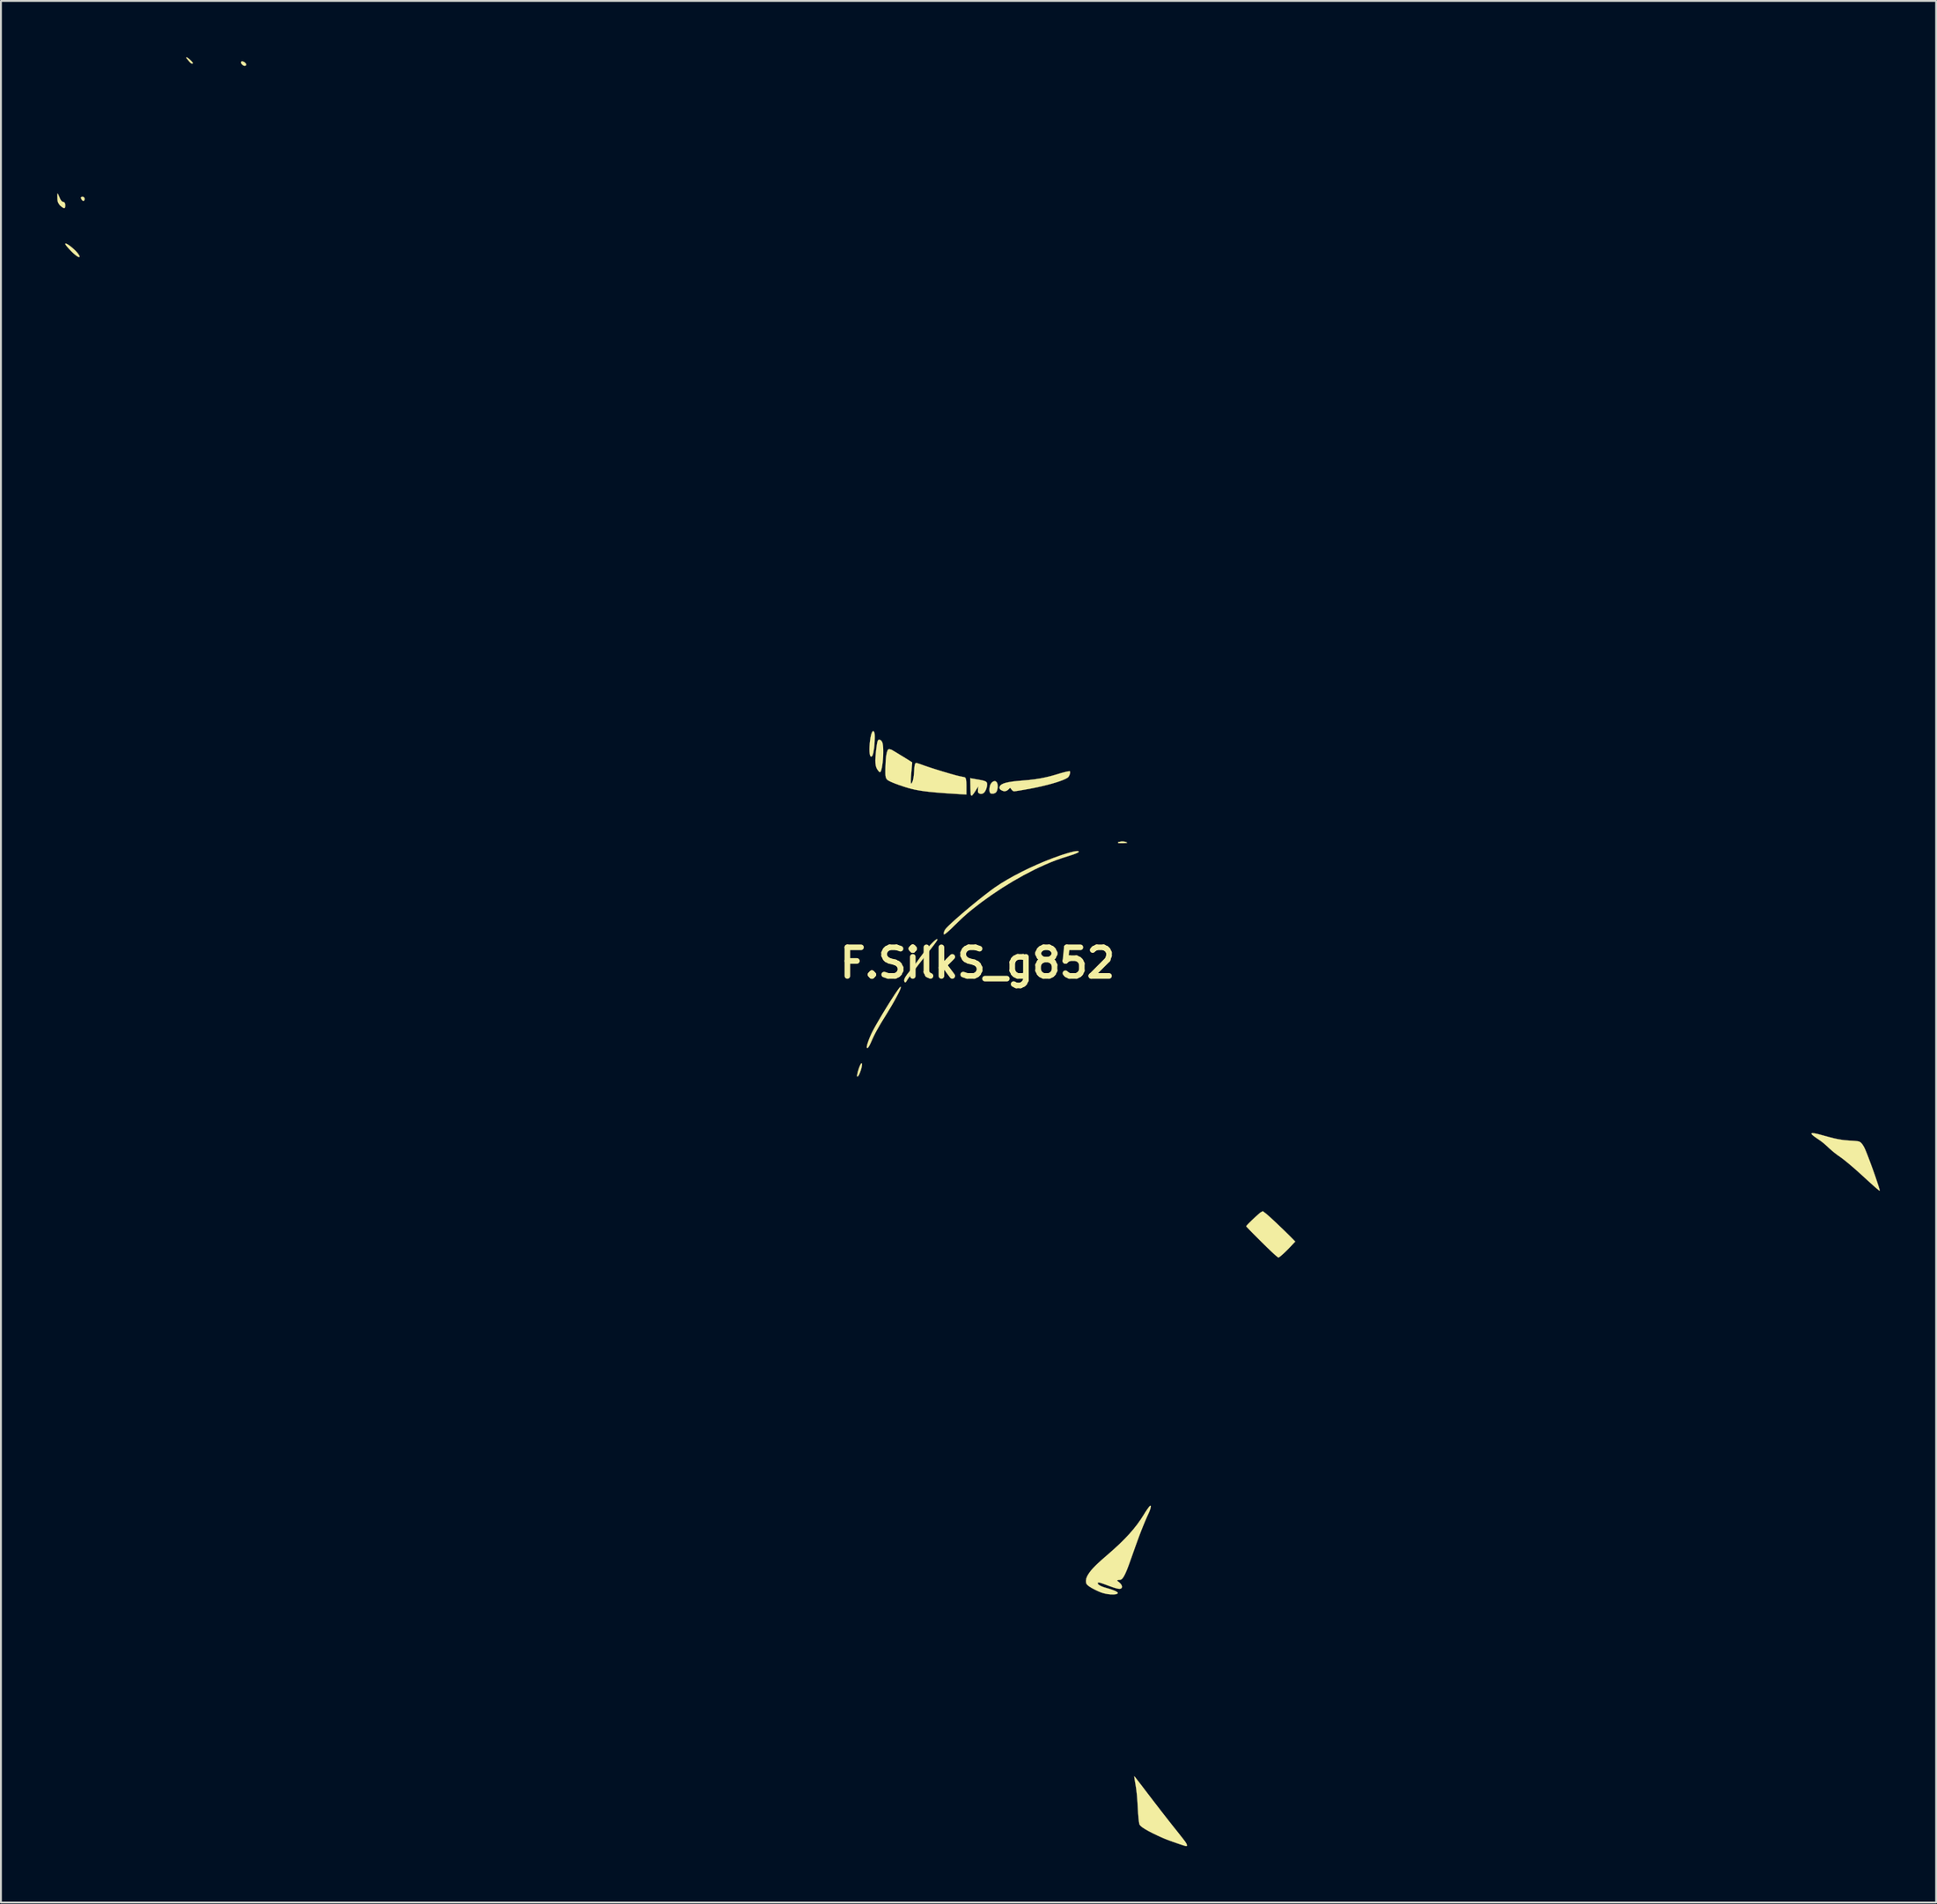
<source format=kicad_pcb>
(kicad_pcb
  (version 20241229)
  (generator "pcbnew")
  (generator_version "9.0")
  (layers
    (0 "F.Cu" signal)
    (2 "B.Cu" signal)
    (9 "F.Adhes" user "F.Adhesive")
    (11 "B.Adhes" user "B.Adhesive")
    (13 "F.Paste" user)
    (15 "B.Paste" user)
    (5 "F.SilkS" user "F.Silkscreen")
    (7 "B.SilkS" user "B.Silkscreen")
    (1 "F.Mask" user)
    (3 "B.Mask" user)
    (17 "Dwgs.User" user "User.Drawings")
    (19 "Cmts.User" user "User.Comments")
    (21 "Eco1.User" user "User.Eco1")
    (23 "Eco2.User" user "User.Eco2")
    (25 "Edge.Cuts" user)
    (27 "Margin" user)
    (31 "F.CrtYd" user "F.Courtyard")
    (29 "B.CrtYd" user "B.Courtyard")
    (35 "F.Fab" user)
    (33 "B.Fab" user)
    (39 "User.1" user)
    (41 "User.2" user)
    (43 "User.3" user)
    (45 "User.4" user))
  (footprint "F.SilkS_g852"
    (layer "F.Cu")
    (at 49.005 48.235)
    (property "Reference" "F.SilkS_g852" (at 0 0 0) (layer "F.SilkS") (effects (font (size 1.524 1.524) (thickness 0.3))))
    (attr through_hole)
    (fp_poly (pts (xy -47.608 -40.794) (xy -47.564 -40.753) (xy -47.548 -40.691) (xy -47.556 -40.646) (xy -47.585 -40.595) (xy -47.623 -40.585) (xy -47.671 -40.616) (xy -47.699 -40.648) (xy -47.74 -40.718) (xy -47.745 -40.767) (xy -47.712 -40.797) (xy -47.674 -40.805) (xy -47.608 -40.794)) (stroke (width 0.01) (type solid)) (fill yes) (layer "F.SilkS"))
    (fp_poly (pts (xy -39.111 -48.011) (xy -39.043 -47.975) (xy -38.994 -47.936) (xy -38.953 -47.881) (xy -38.948 -47.83) (xy -38.972 -47.792) (xy -39.021 -47.778) (xy -39.074 -47.788) (xy -39.126 -47.819) (xy -39.176 -47.868) (xy -39.212 -47.921) (xy -39.222 -47.956) (xy -39.207 -48.001) (xy -39.168 -48.02) (xy -39.111 -48.011)) (stroke (width 0.01) (type solid)) (fill yes) (layer "F.SilkS"))
    (fp_poly (pts (xy -42.097 -48.221) (xy -42.041 -48.189) (xy -42.038 -48.186) (xy -41.979 -48.141) (xy -41.917 -48.084) (xy -41.858 -48.024) (xy -41.812 -47.971) (xy -41.786 -47.932) (xy -41.783 -47.922) (xy -41.801 -47.905) (xy -41.834 -47.9) (xy -41.876 -47.913) (xy -41.927 -47.956) (xy -41.987 -48.022) (xy -42.041 -48.087) (xy -42.088 -48.143) (xy -42.118 -48.179) (xy -42.119 -48.181) (xy -42.141 -48.217) (xy -42.132 -48.23) (xy -42.097 -48.221)) (stroke (width 0.01) (type solid)) (fill yes) (layer "F.SilkS"))
    (fp_poly (pts (xy 7.764 -6.47) (xy 7.836 -6.46) (xy 7.899 -6.446) (xy 7.943 -6.428) (xy 7.959 -6.41) (xy 7.955 -6.403) (xy 7.929 -6.396) (xy 7.871 -6.39) (xy 7.794 -6.384) (xy 7.709 -6.381) (xy 7.628 -6.38) (xy 7.562 -6.382) (xy 7.53 -6.385) (xy 7.483 -6.401) (xy 7.476 -6.422) (xy 7.509 -6.441) (xy 7.525 -6.445) (xy 7.589 -6.458) (xy 7.634 -6.468) (xy 7.693 -6.473) (xy 7.764 -6.47)) (stroke (width 0.01) (type solid)) (fill yes) (layer "F.SilkS"))
    (fp_poly (pts (xy -6.156 5.367) (xy -6.154 5.425) (xy -6.164 5.506) (xy -6.185 5.602) (xy -6.214 5.704) (xy -6.249 5.806) (xy -6.287 5.9) (xy -6.326 5.977) (xy -6.363 6.03) (xy -6.39 6.05) (xy -6.407 6.048) (xy -6.412 6.022) (xy -6.407 5.963) (xy -6.406 5.956) (xy -6.388 5.857) (xy -6.361 5.75) (xy -6.328 5.642) (xy -6.292 5.54) (xy -6.255 5.452) (xy -6.221 5.385) (xy -6.192 5.346) (xy -6.174 5.34) (xy -6.156 5.367)) (stroke (width 0.01) (type solid)) (fill yes) (layer "F.SilkS"))
    (fp_poly (pts (xy 0.962 -9.677) (xy 1.023 -9.627) (xy 1.061 -9.543) (xy 1.075 -9.428) (xy 1.073 -9.349) (xy 1.051 -9.216) (xy 1.01 -9.119) (xy 0.946 -9.056) (xy 0.859 -9.023) (xy 0.789 -9.017) (xy 0.725 -9.023) (xy 0.686 -9.044) (xy 0.664 -9.07) (xy 0.642 -9.134) (xy 0.635 -9.223) (xy 0.642 -9.325) (xy 0.662 -9.427) (xy 0.694 -9.515) (xy 0.701 -9.527) (xy 0.76 -9.609) (xy 0.83 -9.664) (xy 0.902 -9.687) (xy 0.962 -9.677)) (stroke (width 0.01) (type solid)) (fill yes) (layer "F.SilkS"))
    (fp_poly (pts (xy -48.524 -38.307) (xy -48.465 -38.278) (xy -48.39 -38.23) (xy -48.305 -38.168) (xy -48.213 -38.094) (xy -48.121 -38.012) (xy -48.033 -37.927) (xy -47.954 -37.841) (xy -47.89 -37.762) (xy -47.838 -37.68) (xy -47.817 -37.624) (xy -47.828 -37.596) (xy -47.867 -37.597) (xy -47.934 -37.629) (xy -47.995 -37.671) (xy -48.071 -37.731) (xy -48.157 -37.807) (xy -48.247 -37.894) (xy -48.336 -37.985) (xy -48.418 -38.075) (xy -48.489 -38.157) (xy -48.542 -38.226) (xy -48.573 -38.276) (xy -48.578 -38.294) (xy -48.563 -38.314) (xy -48.524 -38.307)) (stroke (width 0.01) (type solid)) (fill yes) (layer "F.SilkS"))
    (fp_poly (pts (xy -48.97 -40.96) (xy -48.946 -40.911) (xy -48.916 -40.841) (xy -48.906 -40.817) (xy -48.848 -40.684) (xy -48.791 -40.594) (xy -48.734 -40.544) (xy -48.693 -40.534) (xy -48.636 -40.515) (xy -48.598 -40.462) (xy -48.581 -40.376) (xy -48.582 -40.319) (xy -48.591 -40.246) (xy -48.611 -40.208) (xy -48.648 -40.204) (xy -48.707 -40.23) (xy -48.758 -40.263) (xy -48.875 -40.363) (xy -48.953 -40.481) (xy -48.979 -40.553) (xy -48.989 -40.605) (xy -48.996 -40.678) (xy -48.999 -40.761) (xy -49 -40.843) (xy -48.998 -40.914) (xy -48.993 -40.962) (xy -48.985 -40.979) (xy -48.97 -40.96)) (stroke (width 0.01) (type solid)) (fill yes) (layer "F.SilkS"))
    (fp_poly (pts (xy -5.541 -12.348) (xy -5.515 -12.313) (xy -5.511 -12.306) (xy -5.495 -12.278) (xy -5.485 -12.243) (xy -5.478 -12.193) (xy -5.475 -12.121) (xy -5.474 -12.02) (xy -5.475 -11.928) (xy -5.48 -11.777) (xy -5.491 -11.62) (xy -5.507 -11.465) (xy -5.528 -11.32) (xy -5.551 -11.195) (xy -5.576 -11.098) (xy -5.594 -11.052) (xy -5.63 -11.002) (xy -5.67 -10.991) (xy -5.705 -11.018) (xy -5.717 -11.042) (xy -5.738 -11.126) (xy -5.75 -11.238) (xy -5.754 -11.372) (xy -5.75 -11.521) (xy -5.74 -11.676) (xy -5.723 -11.831) (xy -5.702 -11.978) (xy -5.675 -12.109) (xy -5.645 -12.218) (xy -5.612 -12.296) (xy -5.59 -12.327) (xy -5.561 -12.351) (xy -5.541 -12.348)) (stroke (width 0.01) (type solid)) (fill yes) (layer "F.SilkS"))
    (fp_poly (pts (xy -5.179 -11.88) (xy -5.119 -11.832) (xy -5.073 -11.754) (xy -5.059 -11.711) (xy -5.04 -11.609) (xy -5.027 -11.483) (xy -5.021 -11.34) (xy -5.021 -11.186) (xy -5.026 -11.024) (xy -5.036 -10.862) (xy -5.05 -10.704) (xy -5.069 -10.556) (xy -5.091 -10.424) (xy -5.115 -10.313) (xy -5.142 -10.228) (xy -5.171 -10.176) (xy -5.198 -10.16) (xy -5.225 -10.176) (xy -5.267 -10.216) (xy -5.301 -10.258) (xy -5.354 -10.338) (xy -5.393 -10.427) (xy -5.42 -10.529) (xy -5.435 -10.651) (xy -5.439 -10.795) (xy -5.432 -10.968) (xy -5.415 -11.174) (xy -5.397 -11.335) (xy -5.376 -11.505) (xy -5.357 -11.636) (xy -5.34 -11.735) (xy -5.322 -11.805) (xy -5.303 -11.851) (xy -5.281 -11.878) (xy -5.255 -11.89) (xy -5.247 -11.891) (xy -5.179 -11.88)) (stroke (width 0.01) (type solid)) (fill yes) (layer "F.SilkS"))
    (fp_poly (pts (xy -2.138 -1.246) (xy -2.145 -1.223) (xy -2.168 -1.183) (xy -2.207 -1.123) (xy -2.265 -1.042) (xy -2.343 -0.938) (xy -2.442 -0.808) (xy -2.564 -0.651) (xy -2.709 -0.466) (xy -2.868 -0.265) (xy -3.018 -0.074) (xy -3.162 0.111) (xy -3.297 0.287) (xy -3.42 0.45) (xy -3.529 0.597) (xy -3.621 0.724) (xy -3.694 0.827) (xy -3.745 0.904) (xy -3.77 0.947) (xy -3.81 1.011) (xy -3.846 1.034) (xy -3.878 1.017) (xy -3.894 0.986) (xy -3.905 0.933) (xy -3.897 0.871) (xy -3.869 0.798) (xy -3.818 0.709) (xy -3.742 0.601) (xy -3.639 0.47) (xy -3.555 0.368) (xy -3.477 0.272) (xy -3.385 0.154) (xy -3.288 0.027) (xy -3.197 -0.097) (xy -3.166 -0.14) (xy -3.011 -0.354) (xy -2.871 -0.539) (xy -2.742 -0.7) (xy -2.617 -0.846) (xy -2.493 -0.981) (xy -2.423 -1.053) (xy -2.317 -1.157) (xy -2.236 -1.227) (xy -2.18 -1.264) (xy -2.147 -1.269) (xy -2.138 -1.246)) (stroke (width 0.01) (type solid)) (fill yes) (layer "F.SilkS"))
    (fp_poly (pts (xy -0.336 -9.833) (xy -0.298 -9.826) (xy -0.227 -9.813) (xy -0.132 -9.796) (xy -0.022 -9.777) (xy 0.025 -9.769) (xy 0.18 -9.741) (xy 0.298 -9.715) (xy 0.384 -9.689) (xy 0.443 -9.66) (xy 0.481 -9.628) (xy 0.501 -9.59) (xy 0.505 -9.579) (xy 0.512 -9.492) (xy 0.497 -9.386) (xy 0.465 -9.275) (xy 0.42 -9.172) (xy 0.366 -9.09) (xy 0.327 -9.053) (xy 0.239 -9.009) (xy 0.154 -9.005) (xy 0.078 -9.039) (xy 0.077 -9.04) (xy 0.046 -9.066) (xy 0.028 -9.092) (xy 0.022 -9.129) (xy 0.024 -9.189) (xy 0.028 -9.248) (xy 0.04 -9.407) (xy -0.005 -9.334) (xy -0.081 -9.212) (xy -0.151 -9.104) (xy -0.213 -9.016) (xy -0.263 -8.952) (xy -0.297 -8.916) (xy -0.307 -8.911) (xy -0.344 -8.927) (xy -0.352 -8.937) (xy -0.358 -8.966) (xy -0.363 -9.029) (xy -0.368 -9.122) (xy -0.373 -9.237) (xy -0.377 -9.368) (xy -0.377 -9.404) (xy -0.386 -9.845) (xy -0.336 -9.833)) (stroke (width 0.01) (type solid)) (fill yes) (layer "F.SilkS"))
    (fp_poly (pts (xy -4.088 1.287) (xy -4.096 1.338) (xy -4.124 1.419) (xy -4.173 1.53) (xy -4.241 1.667) (xy -4.326 1.829) (xy -4.428 2.014) (xy -4.545 2.218) (xy -4.676 2.441) (xy -4.821 2.68) (xy -4.911 2.826) (xy -5.05 3.05) (xy -5.168 3.245) (xy -5.269 3.418) (xy -5.358 3.573) (xy -5.436 3.718) (xy -5.507 3.859) (xy -5.575 4.001) (xy -5.643 4.152) (xy -5.672 4.218) (xy -5.735 4.354) (xy -5.788 4.451) (xy -5.831 4.509) (xy -5.866 4.529) (xy -5.892 4.512) (xy -5.894 4.51) (xy -5.898 4.471) (xy -5.886 4.4) (xy -5.861 4.304) (xy -5.823 4.19) (xy -5.777 4.062) (xy -5.723 3.929) (xy -5.664 3.796) (xy -5.62 3.704) (xy -5.553 3.576) (xy -5.473 3.428) (xy -5.381 3.265) (xy -5.28 3.089) (xy -5.171 2.904) (xy -5.058 2.714) (xy -4.942 2.522) (xy -4.825 2.332) (xy -4.709 2.147) (xy -4.597 1.97) (xy -4.492 1.806) (xy -4.394 1.657) (xy -4.306 1.527) (xy -4.231 1.42) (xy -4.171 1.34) (xy -4.127 1.288) (xy -4.102 1.27) (xy -4.102 1.27) (xy -4.088 1.287)) (stroke (width 0.01) (type solid)) (fill yes) (layer "F.SilkS"))
    (fp_poly (pts (xy 15.35 13.34) (xy 15.411 13.39) (xy 15.497 13.465) (xy 15.605 13.562) (xy 15.73 13.677) (xy 15.867 13.805) (xy 16.013 13.943) (xy 16.162 14.085) (xy 16.311 14.229) (xy 16.455 14.369) (xy 16.59 14.502) (xy 16.667 14.58) (xy 16.919 14.835) (xy 16.688 15.082) (xy 16.579 15.196) (xy 16.469 15.307) (xy 16.361 15.412) (xy 16.26 15.505) (xy 16.171 15.583) (xy 16.099 15.641) (xy 16.047 15.676) (xy 16.025 15.684) (xy 15.999 15.671) (xy 15.947 15.632) (xy 15.877 15.575) (xy 15.795 15.502) (xy 15.737 15.449) (xy 15.648 15.365) (xy 15.543 15.265) (xy 15.426 15.152) (xy 15.3 15.029) (xy 15.169 14.9) (xy 15.036 14.768) (xy 14.904 14.636) (xy 14.777 14.509) (xy 14.658 14.389) (xy 14.552 14.281) (xy 14.46 14.187) (xy 14.387 14.11) (xy 14.336 14.055) (xy 14.311 14.025) (xy 14.309 14.021) (xy 14.324 13.996) (xy 14.365 13.948) (xy 14.428 13.882) (xy 14.507 13.803) (xy 14.597 13.715) (xy 14.693 13.623) (xy 14.79 13.532) (xy 14.883 13.448) (xy 14.966 13.374) (xy 15.034 13.317) (xy 15.083 13.28) (xy 15.095 13.272) (xy 15.194 13.221) (xy 15.35 13.34)) (stroke (width 0.01) (type solid)) (fill yes) (layer "F.SilkS"))
    (fp_poly (pts (xy 8.361 43.328) (xy 8.398 43.372) (xy 8.454 43.441) (xy 8.525 43.531) (xy 8.609 43.639) (xy 8.701 43.76) (xy 8.723 43.788) (xy 9.064 44.236) (xy 9.383 44.652) (xy 9.679 45.036) (xy 9.951 45.387) (xy 10.2 45.705) (xy 10.424 45.989) (xy 10.531 46.122) (xy 10.642 46.261) (xy 10.748 46.396) (xy 10.846 46.52) (xy 10.932 46.629) (xy 11.001 46.719) (xy 11.049 46.783) (xy 11.067 46.808) (xy 11.124 46.9) (xy 11.152 46.969) (xy 11.149 47.014) (xy 11.116 47.031) (xy 11.107 47.031) (xy 11.074 47.024) (xy 11.007 47.005) (xy 10.913 46.976) (xy 10.799 46.938) (xy 10.671 46.895) (xy 10.615 46.876) (xy 10.425 46.809) (xy 10.267 46.753) (xy 10.131 46.702) (xy 10.01 46.655) (xy 9.894 46.607) (xy 9.774 46.554) (xy 9.642 46.494) (xy 9.578 46.465) (xy 9.326 46.344) (xy 9.111 46.233) (xy 8.935 46.133) (xy 8.796 46.044) (xy 8.697 45.965) (xy 8.638 45.898) (xy 8.622 45.867) (xy 8.606 45.797) (xy 8.59 45.685) (xy 8.573 45.535) (xy 8.558 45.348) (xy 8.543 45.125) (xy 8.529 44.884) (xy 8.512 44.594) (xy 8.491 44.336) (xy 8.466 44.098) (xy 8.434 43.868) (xy 8.395 43.637) (xy 8.392 43.617) (xy 8.373 43.511) (xy 8.358 43.42) (xy 8.349 43.353) (xy 8.346 43.318) (xy 8.347 43.314) (xy 8.361 43.328)) (stroke (width 0.01) (type solid)) (fill yes) (layer "F.SilkS"))
    (fp_poly (pts (xy 4.912 -10.212) (xy 4.915 -10.211) (xy 4.93 -10.178) (xy 4.928 -10.121) (xy 4.91 -10.05) (xy 4.881 -9.977) (xy 4.843 -9.914) (xy 4.83 -9.899) (xy 4.77 -9.851) (xy 4.67 -9.798) (xy 4.536 -9.74) (xy 4.37 -9.679) (xy 4.176 -9.615) (xy 3.957 -9.551) (xy 3.717 -9.486) (xy 3.459 -9.423) (xy 3.186 -9.361) (xy 3.068 -9.337) (xy 2.942 -9.311) (xy 2.8 -9.284) (xy 2.65 -9.257) (xy 2.499 -9.23) (xy 2.353 -9.205) (xy 2.218 -9.182) (xy 2.102 -9.164) (xy 2.012 -9.151) (xy 1.953 -9.145) (xy 1.941 -9.144) (xy 1.884 -9.165) (xy 1.82 -9.226) (xy 1.763 -9.305) (xy 1.746 -9.326) (xy 1.728 -9.325) (xy 1.698 -9.298) (xy 1.668 -9.265) (xy 1.609 -9.211) (xy 1.545 -9.172) (xy 1.524 -9.165) (xy 1.467 -9.15) (xy 1.425 -9.147) (xy 1.379 -9.157) (xy 1.323 -9.176) (xy 1.233 -9.222) (xy 1.18 -9.281) (xy 1.167 -9.349) (xy 1.193 -9.421) (xy 1.236 -9.471) (xy 1.302 -9.519) (xy 1.396 -9.562) (xy 1.519 -9.6) (xy 1.674 -9.633) (xy 1.864 -9.663) (xy 2.091 -9.689) (xy 2.357 -9.712) (xy 2.392 -9.715) (xy 2.741 -9.746) (xy 3.06 -9.784) (xy 3.36 -9.832) (xy 3.651 -9.892) (xy 3.944 -9.965) (xy 4.252 -10.054) (xy 4.288 -10.065) (xy 4.439 -10.11) (xy 4.579 -10.148) (xy 4.702 -10.179) (xy 4.802 -10.201) (xy 4.874 -10.212) (xy 4.912 -10.212)) (stroke (width 0.01) (type solid)) (fill yes) (layer "F.SilkS"))
    (fp_poly (pts (xy 5.377 -5.95) (xy 5.392 -5.933) (xy 5.379 -5.906) (xy 5.325 -5.871) (xy 5.231 -5.828) (xy 5.097 -5.778) (xy 4.925 -5.722) (xy 4.835 -5.693) (xy 4.512 -5.591) (xy 4.205 -5.484) (xy 3.904 -5.367) (xy 3.597 -5.237) (xy 3.274 -5.09) (xy 3.059 -4.987) (xy 2.481 -4.69) (xy 1.897 -4.36) (xy 1.316 -4.003) (xy 0.746 -3.623) (xy 0.196 -3.228) (xy -0.265 -2.87) (xy -0.4 -2.76) (xy -0.523 -2.657) (xy -0.641 -2.554) (xy -0.76 -2.447) (xy -0.888 -2.328) (xy -1.03 -2.191) (xy -1.194 -2.032) (xy -1.228 -1.999) (xy -1.375 -1.855) (xy -1.497 -1.741) (xy -1.595 -1.653) (xy -1.671 -1.589) (xy -1.729 -1.548) (xy -1.771 -1.528) (xy -1.79 -1.524) (xy -1.797 -1.543) (xy -1.796 -1.589) (xy -1.793 -1.61) (xy -1.773 -1.682) (xy -1.737 -1.758) (xy -1.722 -1.782) (xy -1.671 -1.845) (xy -1.589 -1.931) (xy -1.481 -2.037) (xy -1.349 -2.161) (xy -1.197 -2.299) (xy -1.027 -2.449) (xy -0.844 -2.608) (xy -0.65 -2.774) (xy -0.449 -2.943) (xy -0.244 -3.113) (xy -0.038 -3.28) (xy 0.165 -3.443) (xy 0.362 -3.599) (xy 0.549 -3.744) (xy 0.724 -3.876) (xy 0.883 -3.992) (xy 0.945 -4.035) (xy 1.249 -4.236) (xy 1.588 -4.441) (xy 1.956 -4.647) (xy 2.346 -4.85) (xy 2.752 -5.048) (xy 3.167 -5.238) (xy 3.585 -5.415) (xy 3.999 -5.578) (xy 4.403 -5.722) (xy 4.478 -5.748) (xy 4.723 -5.826) (xy 4.93 -5.887) (xy 5.099 -5.929) (xy 5.23 -5.954) (xy 5.323 -5.961) (xy 5.377 -5.95)) (stroke (width 0.01) (type solid)) (fill yes) (layer "F.SilkS"))
    (fp_poly (pts (xy 44.579 9.073) (xy 44.709 9.1) (xy 44.873 9.142) (xy 44.926 9.157) (xy 45.173 9.225) (xy 45.385 9.282) (xy 45.57 9.329) (xy 45.734 9.366) (xy 45.883 9.395) (xy 46.024 9.418) (xy 46.163 9.436) (xy 46.307 9.449) (xy 46.462 9.46) (xy 46.509 9.462) (xy 46.652 9.471) (xy 46.775 9.482) (xy 46.872 9.494) (xy 46.937 9.506) (xy 46.954 9.511) (xy 47.039 9.566) (xy 47.122 9.661) (xy 47.205 9.796) (xy 47.241 9.869) (xy 47.279 9.954) (xy 47.329 10.074) (xy 47.388 10.222) (xy 47.453 10.392) (xy 47.523 10.578) (xy 47.596 10.775) (xy 47.669 10.976) (xy 47.741 11.175) (xy 47.808 11.367) (xy 47.868 11.546) (xy 47.877 11.572) (xy 47.932 11.738) (xy 47.975 11.869) (xy 48.005 11.967) (xy 48.026 12.038) (xy 48.038 12.085) (xy 48.042 12.113) (xy 48.038 12.126) (xy 48.033 12.128) (xy 48.012 12.115) (xy 47.966 12.079) (xy 47.9 12.024) (xy 47.821 11.957) (xy 47.794 11.933) (xy 47.715 11.863) (xy 47.612 11.771) (xy 47.493 11.663) (xy 47.365 11.547) (xy 47.236 11.429) (xy 47.159 11.359) (xy 46.967 11.184) (xy 46.777 11.014) (xy 46.593 10.854) (xy 46.419 10.707) (xy 46.262 10.576) (xy 46.124 10.466) (xy 46.011 10.381) (xy 45.985 10.362) (xy 45.8 10.231) (xy 45.643 10.112) (xy 45.504 9.998) (xy 45.373 9.883) (xy 45.329 9.842) (xy 45.199 9.721) (xy 45.087 9.622) (xy 44.983 9.538) (xy 44.878 9.46) (xy 44.76 9.379) (xy 44.757 9.377) (xy 44.614 9.279) (xy 44.508 9.2) (xy 44.44 9.139) (xy 44.41 9.097) (xy 44.408 9.087) (xy 44.427 9.067) (xy 44.485 9.062) (xy 44.579 9.073)) (stroke (width 0.01) (type solid)) (fill yes) (layer "F.SilkS"))
    (fp_poly (pts (xy -4.66 -11.38) (xy -4.593 -11.362) (xy -4.586 -11.359) (xy -4.557 -11.343) (xy -4.498 -11.309) (xy -4.415 -11.26) (xy -4.315 -11.2) (xy -4.201 -11.131) (xy -4.08 -11.057) (xy -3.957 -10.982) (xy -3.837 -10.908) (xy -3.726 -10.84) (xy -3.629 -10.779) (xy -3.553 -10.731) (xy -3.501 -10.697) (xy -3.48 -10.682) (xy -3.48 -10.682) (xy -3.481 -10.661) (xy -3.485 -10.604) (xy -3.493 -10.518) (xy -3.502 -10.408) (xy -3.514 -10.282) (xy -3.516 -10.255) (xy -3.534 -10.043) (xy -3.546 -9.871) (xy -3.552 -9.737) (xy -3.553 -9.641) (xy -3.546 -9.58) (xy -3.534 -9.553) (xy -3.515 -9.558) (xy -3.49 -9.594) (xy -3.483 -9.608) (xy -3.442 -9.714) (xy -3.41 -9.858) (xy -3.387 -10.037) (xy -3.375 -10.214) (xy -3.366 -10.364) (xy -3.354 -10.477) (xy -3.339 -10.558) (xy -3.319 -10.612) (xy -3.293 -10.645) (xy -3.293 -10.645) (xy -3.27 -10.651) (xy -3.226 -10.645) (xy -3.156 -10.625) (xy -3.054 -10.591) (xy -2.972 -10.562) (xy -2.809 -10.503) (xy -2.622 -10.44) (xy -2.419 -10.373) (xy -2.205 -10.305) (xy -1.986 -10.237) (xy -1.77 -10.171) (xy -1.561 -10.109) (xy -1.367 -10.054) (xy -1.194 -10.006) (xy -1.047 -9.968) (xy -0.933 -9.942) (xy -0.921 -9.939) (xy -0.835 -9.922) (xy -0.759 -9.907) (xy -0.709 -9.896) (xy -0.702 -9.894) (xy -0.667 -9.88) (xy -0.64 -9.85) (xy -0.62 -9.8) (xy -0.606 -9.726) (xy -0.598 -9.623) (xy -0.593 -9.485) (xy -0.593 -9.356) (xy -0.593 -8.975) (xy -0.661 -8.978) (xy -0.7 -8.98) (xy -0.775 -8.984) (xy -0.88 -8.99) (xy -1.008 -8.998) (xy -1.154 -9.007) (xy -1.311 -9.017) (xy -1.323 -9.018) (xy -1.681 -9.041) (xy -2.001 -9.065) (xy -2.287 -9.089) (xy -2.544 -9.114) (xy -2.775 -9.141) (xy -2.984 -9.17) (xy -3.176 -9.202) (xy -3.356 -9.237) (xy -3.526 -9.277) (xy -3.693 -9.322) (xy -3.858 -9.372) (xy -3.934 -9.396) (xy -4.158 -9.472) (xy -4.354 -9.543) (xy -4.519 -9.609) (xy -4.651 -9.667) (xy -4.748 -9.717) (xy -4.804 -9.757) (xy -4.84 -9.796) (xy -4.867 -9.842) (xy -4.887 -9.9) (xy -4.9 -9.976) (xy -4.906 -10.076) (xy -4.908 -10.205) (xy -4.905 -10.368) (xy -4.903 -10.425) (xy -4.895 -10.643) (xy -4.884 -10.824) (xy -4.87 -10.975) (xy -4.851 -11.1) (xy -4.828 -11.206) (xy -4.808 -11.271) (xy -4.783 -11.336) (xy -4.758 -11.369) (xy -4.724 -11.383) (xy -4.717 -11.384) (xy -4.66 -11.38)) (stroke (width 0.01) (type solid)) (fill yes) (layer "F.SilkS"))
    (fp_poly (pts (xy 9.223 28.911) (xy 9.228 28.949) (xy 9.217 29.016) (xy 9.19 29.107) (xy 9.148 29.218) (xy 9.113 29.298) (xy 9.012 29.521) (xy 8.916 29.744) (xy 8.82 29.975) (xy 8.723 30.218) (xy 8.623 30.479) (xy 8.517 30.765) (xy 8.403 31.08) (xy 8.297 31.38) (xy 8.21 31.626) (xy 8.135 31.836) (xy 8.071 32.014) (xy 8.015 32.164) (xy 7.967 32.289) (xy 7.924 32.393) (xy 7.886 32.481) (xy 7.851 32.556) (xy 7.828 32.601) (xy 7.764 32.713) (xy 7.706 32.788) (xy 7.649 32.833) (xy 7.587 32.85) (xy 7.57 32.851) (xy 7.505 32.855) (xy 7.457 32.864) (xy 7.436 32.873) (xy 7.435 32.887) (xy 7.458 32.914) (xy 7.51 32.958) (xy 7.528 32.972) (xy 7.622 33.063) (xy 7.678 33.147) (xy 7.693 33.224) (xy 7.685 33.26) (xy 7.661 33.298) (xy 7.623 33.322) (xy 7.566 33.33) (xy 7.488 33.323) (xy 7.384 33.3) (xy 7.252 33.261) (xy 7.088 33.204) (xy 6.927 33.145) (xy 6.803 33.099) (xy 6.688 33.058) (xy 6.59 33.026) (xy 6.516 33.003) (xy 6.473 32.994) (xy 6.472 32.994) (xy 6.425 32.994) (xy 6.406 33.011) (xy 6.403 33.041) (xy 6.423 33.086) (xy 6.482 33.134) (xy 6.574 33.184) (xy 6.697 33.233) (xy 6.846 33.28) (xy 6.869 33.287) (xy 7.017 33.33) (xy 7.155 33.375) (xy 7.274 33.42) (xy 7.367 33.462) (xy 7.428 33.499) (xy 7.439 33.508) (xy 7.467 33.54) (xy 7.465 33.563) (xy 7.444 33.586) (xy 7.399 33.608) (xy 7.32 33.622) (xy 7.218 33.628) (xy 7.1 33.626) (xy 6.976 33.614) (xy 6.89 33.601) (xy 6.761 33.575) (xy 6.65 33.545) (xy 6.543 33.508) (xy 6.426 33.459) (xy 6.287 33.393) (xy 6.276 33.388) (xy 6.098 33.294) (xy 5.959 33.209) (xy 5.861 33.133) (xy 5.808 33.073) (xy 5.779 32.995) (xy 5.774 32.895) (xy 5.791 32.786) (xy 5.831 32.679) (xy 5.831 32.678) (xy 5.889 32.572) (xy 5.959 32.466) (xy 6.043 32.356) (xy 6.145 32.239) (xy 6.268 32.111) (xy 6.415 31.97) (xy 6.588 31.811) (xy 6.791 31.633) (xy 6.883 31.554) (xy 7.229 31.25) (xy 7.541 30.963) (xy 7.821 30.687) (xy 8.073 30.421) (xy 8.299 30.16) (xy 8.504 29.901) (xy 8.689 29.641) (xy 8.837 29.411) (xy 8.941 29.244) (xy 9.031 29.109) (xy 9.104 29.007) (xy 9.159 28.939) (xy 9.196 28.907) (xy 9.199 28.905) (xy 9.223 28.911)) (stroke (width 0.01) (type solid)) (fill yes) (layer "F.SilkS")))
  (gr_rect
    (start -3 -3)
    (end 100.052 98.272)
    (stroke (width 0.1) (type default))
    (fill no)
    (layer "Edge.Cuts")))
</source>
